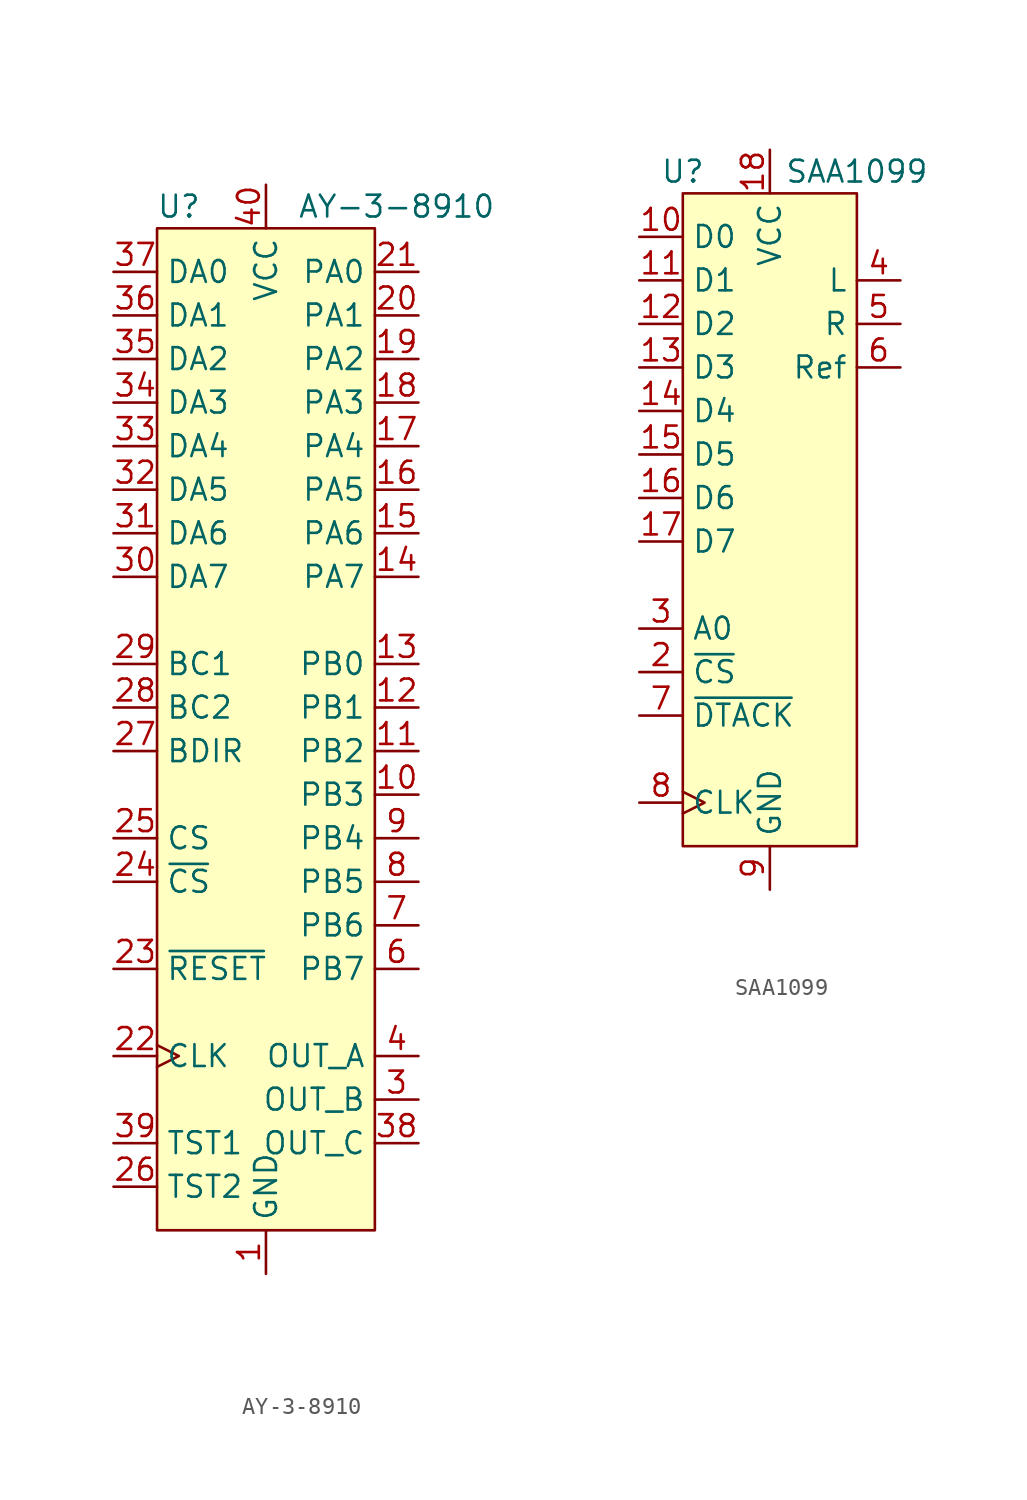
<source format=kicad_sym>
(kicad_symbol_lib
  (version 20211014)
  (generator kicad_symbol_editor)
  (symbol "AY-3-8910"
    (property "Reference" "U"
      (at -5.08 21.59 0)
      (effects (font (size 1.27 1.27))))
    (property "Value" "AY-3-8910"
      (at 7.62 21.59 0)
      (effects (font (size 1.27 1.27))))
    (symbol "AY-3-8910_0_1"
      (rectangle (start -6.35 20.32) (end 6.35 -38.1) (stroke (width 0) (type default) (color 0 0 0 0)) (fill (type background))))
    (symbol "AY-3-8910_1_1"
      (pin power_in line (at 0 -40.64 90) (length 2.54) (name "GND" (effects (font (size 1.27 1.27)))) (number "1" (effects (font (size 1.27 1.27)))))
      (pin bidirectional line (at 8.89 -12.7 180) (length 2.54) (name "PB3" (effects (font (size 1.27 1.27)))) (number "10" (effects (font (size 1.27 1.27)))))
      (pin bidirectional line (at 8.89 -10.16 180) (length 2.54) (name "PB2" (effects (font (size 1.27 1.27)))) (number "11" (effects (font (size 1.27 1.27)))))
      (pin bidirectional line (at 8.89 -7.62 180) (length 2.54) (name "PB1" (effects (font (size 1.27 1.27)))) (number "12" (effects (font (size 1.27 1.27)))))
      (pin bidirectional line (at 8.89 -5.08 180) (length 2.54) (name "PB0" (effects (font (size 1.27 1.27)))) (number "13" (effects (font (size 1.27 1.27)))))
      (pin bidirectional line (at 8.89 0 180) (length 2.54) (name "PA7" (effects (font (size 1.27 1.27)))) (number "14" (effects (font (size 1.27 1.27)))))
      (pin bidirectional line (at 8.89 2.54 180) (length 2.54) (name "PA6" (effects (font (size 1.27 1.27)))) (number "15" (effects (font (size 1.27 1.27)))))
      (pin bidirectional line (at 8.89 5.08 180) (length 2.54) (name "PA5" (effects (font (size 1.27 1.27)))) (number "16" (effects (font (size 1.27 1.27)))))
      (pin bidirectional line (at 8.89 7.62 180) (length 2.54) (name "PA4" (effects (font (size 1.27 1.27)))) (number "17" (effects (font (size 1.27 1.27)))))
      (pin bidirectional line (at 8.89 10.16 180) (length 2.54) (name "PA3" (effects (font (size 1.27 1.27)))) (number "18" (effects (font (size 1.27 1.27)))))
      (pin bidirectional line (at 8.89 12.7 180) (length 2.54) (name "PA2" (effects (font (size 1.27 1.27)))) (number "19" (effects (font (size 1.27 1.27)))))
      (pin no_connect line (at 2.54 -40.64 90) (length 2.54) hide (name "NC" (effects (font (size 1.27 1.27)))) (number "2" (effects (font (size 1.27 1.27)))))
      (pin bidirectional line (at 8.89 15.24 180) (length 2.54) (name "PA1" (effects (font (size 1.27 1.27)))) (number "20" (effects (font (size 1.27 1.27)))))
      (pin bidirectional line (at 8.89 17.78 180) (length 2.54) (name "PA0" (effects (font (size 1.27 1.27)))) (number "21" (effects (font (size 1.27 1.27)))))
      (pin input clock (at -8.89 -27.94 0) (length 2.54) (name "CLK" (effects (font (size 1.27 1.27)))) (number "22" (effects (font (size 1.27 1.27)))))
      (pin input line (at -8.89 -22.86 0) (length 2.54) (name "~{RESET}" (effects (font (size 1.27 1.27)))) (number "23" (effects (font (size 1.27 1.27)))))
      (pin input line (at -8.89 -17.78 0) (length 2.54) (name "~{CS}" (effects (font (size 1.27 1.27)))) (number "24" (effects (font (size 1.27 1.27)))))
      (pin input line (at -8.89 -15.24 0) (length 2.54) (name "CS" (effects (font (size 1.27 1.27)))) (number "25" (effects (font (size 1.27 1.27)))))
      (pin input line (at -8.89 -35.56 0) (length 2.54) (name "TST2" (effects (font (size 1.27 1.27)))) (number "26" (effects (font (size 1.27 1.27)))))
      (pin input line (at -8.89 -10.16 0) (length 2.54) (name "BDIR" (effects (font (size 1.27 1.27)))) (number "27" (effects (font (size 1.27 1.27)))))
      (pin bidirectional line (at -8.89 -7.62 0) (length 2.54) (name "BC2" (effects (font (size 1.27 1.27)))) (number "28" (effects (font (size 1.27 1.27)))))
      (pin bidirectional line (at -8.89 -5.08 0) (length 2.54) (name "BC1" (effects (font (size 1.27 1.27)))) (number "29" (effects (font (size 1.27 1.27)))))
      (pin output line (at 8.89 -30.48 180) (length 2.54) (name "OUT_B" (effects (font (size 1.27 1.27)))) (number "3" (effects (font (size 1.27 1.27)))))
      (pin bidirectional line (at -8.89 0 0) (length 2.54) (name "DA7" (effects (font (size 1.27 1.27)))) (number "30" (effects (font (size 1.27 1.27)))))
      (pin bidirectional line (at -8.89 2.54 0) (length 2.54) (name "DA6" (effects (font (size 1.27 1.27)))) (number "31" (effects (font (size 1.27 1.27)))))
      (pin bidirectional line (at -8.89 5.08 0) (length 2.54) (name "DA5" (effects (font (size 1.27 1.27)))) (number "32" (effects (font (size 1.27 1.27)))))
      (pin bidirectional line (at -8.89 7.62 0) (length 2.54) (name "DA4" (effects (font (size 1.27 1.27)))) (number "33" (effects (font (size 1.27 1.27)))))
      (pin bidirectional line (at -8.89 10.16 0) (length 2.54) (name "DA3" (effects (font (size 1.27 1.27)))) (number "34" (effects (font (size 1.27 1.27)))))
      (pin bidirectional line (at -8.89 12.7 0) (length 2.54) (name "DA2" (effects (font (size 1.27 1.27)))) (number "35" (effects (font (size 1.27 1.27)))))
      (pin bidirectional line (at -8.89 15.24 0) (length 2.54) (name "DA1" (effects (font (size 1.27 1.27)))) (number "36" (effects (font (size 1.27 1.27)))))
      (pin bidirectional line (at -8.89 17.78 0) (length 2.54) (name "DA0" (effects (font (size 1.27 1.27)))) (number "37" (effects (font (size 1.27 1.27)))))
      (pin output line (at 8.89 -33.02 180) (length 2.54) (name "OUT_C" (effects (font (size 1.27 1.27)))) (number "38" (effects (font (size 1.27 1.27)))))
      (pin input line (at -8.89 -33.02 0) (length 2.54) (name "TST1" (effects (font (size 1.27 1.27)))) (number "39" (effects (font (size 1.27 1.27)))))
      (pin output line (at 8.89 -27.94 180) (length 2.54) (name "OUT_A" (effects (font (size 1.27 1.27)))) (number "4" (effects (font (size 1.27 1.27)))))
      (pin power_in line (at 0 22.86 270) (length 2.54) (name "VCC" (effects (font (size 1.27 1.27)))) (number "40" (effects (font (size 1.27 1.27)))))
      (pin no_connect line (at 5.08 -40.64 90) (length 2.54) hide (name "NC" (effects (font (size 1.27 1.27)))) (number "5" (effects (font (size 1.27 1.27)))))
      (pin bidirectional line (at 8.89 -22.86 180) (length 2.54) (name "PB7" (effects (font (size 1.27 1.27)))) (number "6" (effects (font (size 1.27 1.27)))))
      (pin bidirectional line (at 8.89 -20.32 180) (length 2.54) (name "PB6" (effects (font (size 1.27 1.27)))) (number "7" (effects (font (size 1.27 1.27)))))
      (pin bidirectional line (at 8.89 -17.78 180) (length 2.54) (name "PB5" (effects (font (size 1.27 1.27)))) (number "8" (effects (font (size 1.27 1.27)))))
      (pin bidirectional line (at 8.89 -15.24 180) (length 2.54) (name "PB4" (effects (font (size 1.27 1.27)))) (number "9" (effects (font (size 1.27 1.27)))))))
  (symbol "SAA1099"
    (property "Reference" "U"
      (at -5.08 19.05 0)
      (effects (font (size 1.27 1.27))))
    (property "Value" "SAA1099"
      (at 5.08 19.05 0)
      (effects (font (size 1.27 1.27))))
    (symbol "SAA1099_0_1"
      (rectangle (start -5.08 17.78) (end 5.08 -20.32) (stroke (width 0) (type default) (color 0 0 0 0)) (fill (type background))))
    (symbol "SAA1099_1_1"
      (pin bidirectional line (at -7.62 15.24 0) (length 2.54) (name "D0" (effects (font (size 1.27 1.27)))) (number "10" (effects (font (size 1.27 1.27)))))
      (pin bidirectional line (at -7.62 12.7 0) (length 2.54) (name "D1" (effects (font (size 1.27 1.27)))) (number "11" (effects (font (size 1.27 1.27)))))
      (pin bidirectional line (at -7.62 10.16 0) (length 2.54) (name "D2" (effects (font (size 1.27 1.27)))) (number "12" (effects (font (size 1.27 1.27)))))
      (pin bidirectional line (at -7.62 7.62 0) (length 2.54) (name "D3" (effects (font (size 1.27 1.27)))) (number "13" (effects (font (size 1.27 1.27)))))
      (pin bidirectional line (at -7.62 5.08 0) (length 2.54) (name "D4" (effects (font (size 1.27 1.27)))) (number "14" (effects (font (size 1.27 1.27)))))
      (pin bidirectional line (at -7.62 2.54 0) (length 2.54) (name "D5" (effects (font (size 1.27 1.27)))) (number "15" (effects (font (size 1.27 1.27)))))
      (pin bidirectional line (at -7.62 0 0) (length 2.54) (name "D6" (effects (font (size 1.27 1.27)))) (number "16" (effects (font (size 1.27 1.27)))))
      (pin bidirectional line (at -7.62 -2.54 0) (length 2.54) (name "D7" (effects (font (size 1.27 1.27)))) (number "17" (effects (font (size 1.27 1.27)))))
      (pin power_in line (at 0 20.32 270) (length 2.54) (name "VCC" (effects (font (size 1.27 1.27)))) (number "18" (effects (font (size 1.27 1.27)))))
      (pin input line (at -7.62 -10.16 0) (length 2.54) (name "~{CS}" (effects (font (size 1.27 1.27)))) (number "2" (effects (font (size 1.27 1.27)))))
      (pin input line (at -7.62 -7.62 0) (length 2.54) (name "A0" (effects (font (size 1.27 1.27)))) (number "3" (effects (font (size 1.27 1.27)))))
      (pin output line (at 7.62 12.7 180) (length 2.54) (name "L" (effects (font (size 1.27 1.27)))) (number "4" (effects (font (size 1.27 1.27)))))
      (pin output line (at 7.62 10.16 180) (length 2.54) (name "R" (effects (font (size 1.27 1.27)))) (number "5" (effects (font (size 1.27 1.27)))))
      (pin output line (at 7.62 7.62 180) (length 2.54) (name "Ref" (effects (font (size 1.27 1.27)))) (number "6" (effects (font (size 1.27 1.27)))))
      (pin input line (at -7.62 -12.7 0) (length 2.54) (name "~{DTACK}" (effects (font (size 1.27 1.27)))) (number "7" (effects (font (size 1.27 1.27)))))
      (pin input clock (at -7.62 -17.78 0) (length 2.54) (name "CLK" (effects (font (size 1.27 1.27)))) (number "8" (effects (font (size 1.27 1.27)))))
      (pin power_in line (at 0 -22.86 90) (length 2.54) (name "GND" (effects (font (size 1.27 1.27)))) (number "9" (effects (font (size 1.27 1.27))))))))
</source>
